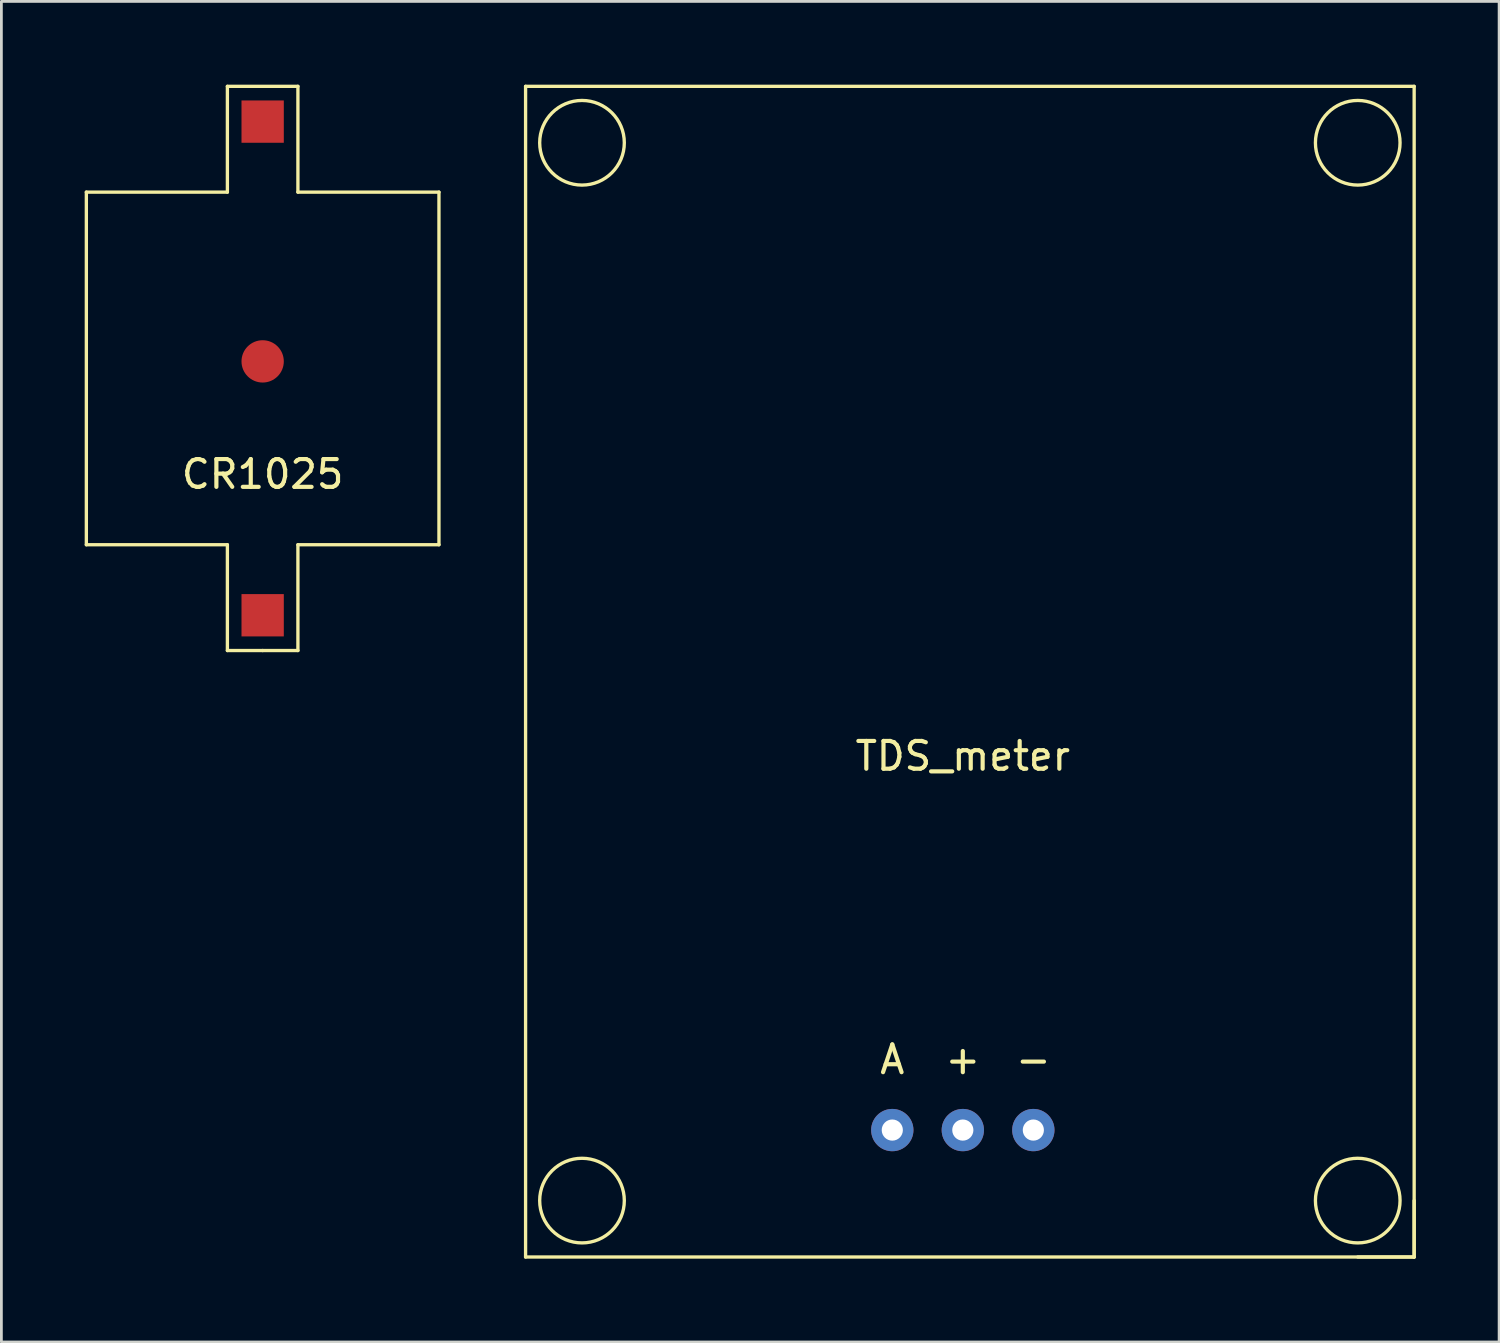
<source format=kicad_pcb>
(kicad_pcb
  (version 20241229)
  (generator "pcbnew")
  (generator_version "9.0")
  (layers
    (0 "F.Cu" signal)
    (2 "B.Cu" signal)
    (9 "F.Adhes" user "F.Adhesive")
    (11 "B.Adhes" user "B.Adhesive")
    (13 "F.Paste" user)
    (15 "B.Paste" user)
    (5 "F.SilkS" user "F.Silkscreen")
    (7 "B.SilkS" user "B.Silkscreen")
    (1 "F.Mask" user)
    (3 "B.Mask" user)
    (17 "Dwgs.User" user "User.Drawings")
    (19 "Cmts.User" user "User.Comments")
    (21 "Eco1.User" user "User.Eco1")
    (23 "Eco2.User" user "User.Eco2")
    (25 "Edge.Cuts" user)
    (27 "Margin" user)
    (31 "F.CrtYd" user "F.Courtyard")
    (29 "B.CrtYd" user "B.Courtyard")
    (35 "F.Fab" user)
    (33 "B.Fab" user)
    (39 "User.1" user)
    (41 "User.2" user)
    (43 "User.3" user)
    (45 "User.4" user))
  (footprint "TDS_meter"
    (layer "F.Cu")
    (at 31.628 35.112)
    (property "Reference" "TDS_meter" (at 0 -10.93 0) (layer "F.SilkS") (effects (font (size 1 1) (thickness 0.15))))
    (attr through_hole)
    (fp_line (start -15.748 -35.052) (end 16.256 -35.052) (stroke (width 0.12) (type solid)) (layer "F.SilkS"))
    (fp_line (start -15.748 7.112) (end -15.748 -35.052) (stroke (width 0.12) (type solid)) (layer "F.SilkS"))
    (fp_line (start -15.748 7.112) (end 16.256 7.112) (stroke (width 0.12) (type solid)) (layer "F.SilkS"))
    (fp_line (start 16.256 -35.052) (end 16.256 7.112) (stroke (width 0.12) (type solid)) (layer "F.SilkS"))
    (fp_line (start 16.256 7.112) (end 14.224 7.112) (stroke (width 0.12) (type solid)) (layer "F.SilkS"))
    (fp_line (start 16.256 7.112) (end 16.256 5.08) (stroke (width 0.12) (type solid)) (layer "F.SilkS"))
    (fp_circle (center -13.716 -33.02) (end -15.24 -33.02) (stroke (width 0.12) (type solid)) (fill no) (layer "F.SilkS"))
    (fp_circle (center -13.716 5.08) (end -15.24 5.08) (stroke (width 0.12) (type solid)) (fill no) (layer "F.SilkS"))
    (fp_circle (center 14.224 -33.02) (end 15.748 -33.02) (stroke (width 0.12) (type solid)) (fill no) (layer "F.SilkS"))
    (fp_circle (center 14.224 5.08) (end 15.748 5.08) (stroke (width 0.12) (type solid)) (fill no) (layer "F.SilkS"))
    (fp_text user "-" (at 2.54 0 0) (layer "F.SilkS") (effects (font (size 1 1) (thickness 0.15))))
    (fp_text user "+" (at 0 0 0) (layer "F.SilkS") (effects (font (size 1 1) (thickness 0.15))))
    (fp_text user "A" (at -2.54 0 0) (layer "F.SilkS") (effects (font (size 1 1) (thickness 0.15))))
    (pad "1" thru_hole circle (at -2.54 2.54) (size 1.524 1.524) (drill 0.762) (layers "*.Cu" "*.Mask"))
    (pad "2" thru_hole circle (at 0 2.54) (size 1.524 1.524) (drill 0.762) (layers "*.Cu" "*.Mask"))
    (pad "3" thru_hole circle (at 2.54 2.54) (size 1.524 1.524) (drill 0.762) (layers "*.Cu" "*.Mask")))
  (footprint "CR1025"
    (layer "F.Cu")
    (at 6.41 16.57)
    (property "Reference" "CR1025" (at 0 -2.54 0) (layer "F.SilkS") (effects (font (size 1 1) (thickness 0.15))))
    (attr through_hole)
    (fp_line (start -6.35 -12.7) (end -1.27 -12.7) (stroke (width 0.12) (type solid)) (layer "F.SilkS"))
    (fp_line (start -6.35 0) (end -6.35 -12.7) (stroke (width 0.12) (type solid)) (layer "F.SilkS"))
    (fp_line (start -6.35 0) (end -1.27 0) (stroke (width 0.12) (type solid)) (layer "F.SilkS"))
    (fp_line (start -1.27 -16.51) (end -1.27 -12.7) (stroke (width 0.12) (type solid)) (layer "F.SilkS"))
    (fp_line (start -1.27 3.81) (end -1.27 0) (stroke (width 0.12) (type solid)) (layer "F.SilkS"))
    (fp_line (start 0 3.81) (end -1.27 3.81) (stroke (width 0.12) (type solid)) (layer "F.SilkS"))
    (fp_line (start 0 3.81) (end 1.27 3.81) (stroke (width 0.12) (type solid)) (layer "F.SilkS"))
    (fp_line (start 1.27 -16.51) (end -1.27 -16.51) (stroke (width 0.12) (type solid)) (layer "F.SilkS"))
    (fp_line (start 1.27 -12.7) (end 1.27 -16.51) (stroke (width 0.12) (type solid)) (layer "F.SilkS"))
    (fp_line (start 1.27 -12.7) (end 6.35 -12.7) (stroke (width 0.12) (type solid)) (layer "F.SilkS"))
    (fp_line (start 1.27 0) (end 6.35 0) (stroke (width 0.12) (type solid)) (layer "F.SilkS"))
    (fp_line (start 1.27 3.81) (end 1.27 0) (stroke (width 0.12) (type solid)) (layer "F.SilkS"))
    (fp_line (start 6.35 -12.7) (end 6.35 0) (stroke (width 0.12) (type solid)) (layer "F.SilkS"))
    (pad "1" smd rect (at 0 -15.24) (size 1.524 1.524) (layers "F.Cu" "F.Mask" "F.Paste"))
    (pad "2" smd rect (at 0 2.54) (size 1.524 1.524) (layers "F.Cu" "F.Mask" "F.Paste"))
    (pad "3" smd circle (at 0 -6.604) (size 1.524 1.524) (layers "F.Cu" "F.Mask" "F.Paste")))
  (gr_rect
    (start -3 -3)
    (end 50.944 45.284)
    (stroke (width 0.1) (type default))
    (fill no)
    (layer "Edge.Cuts")))
</source>
